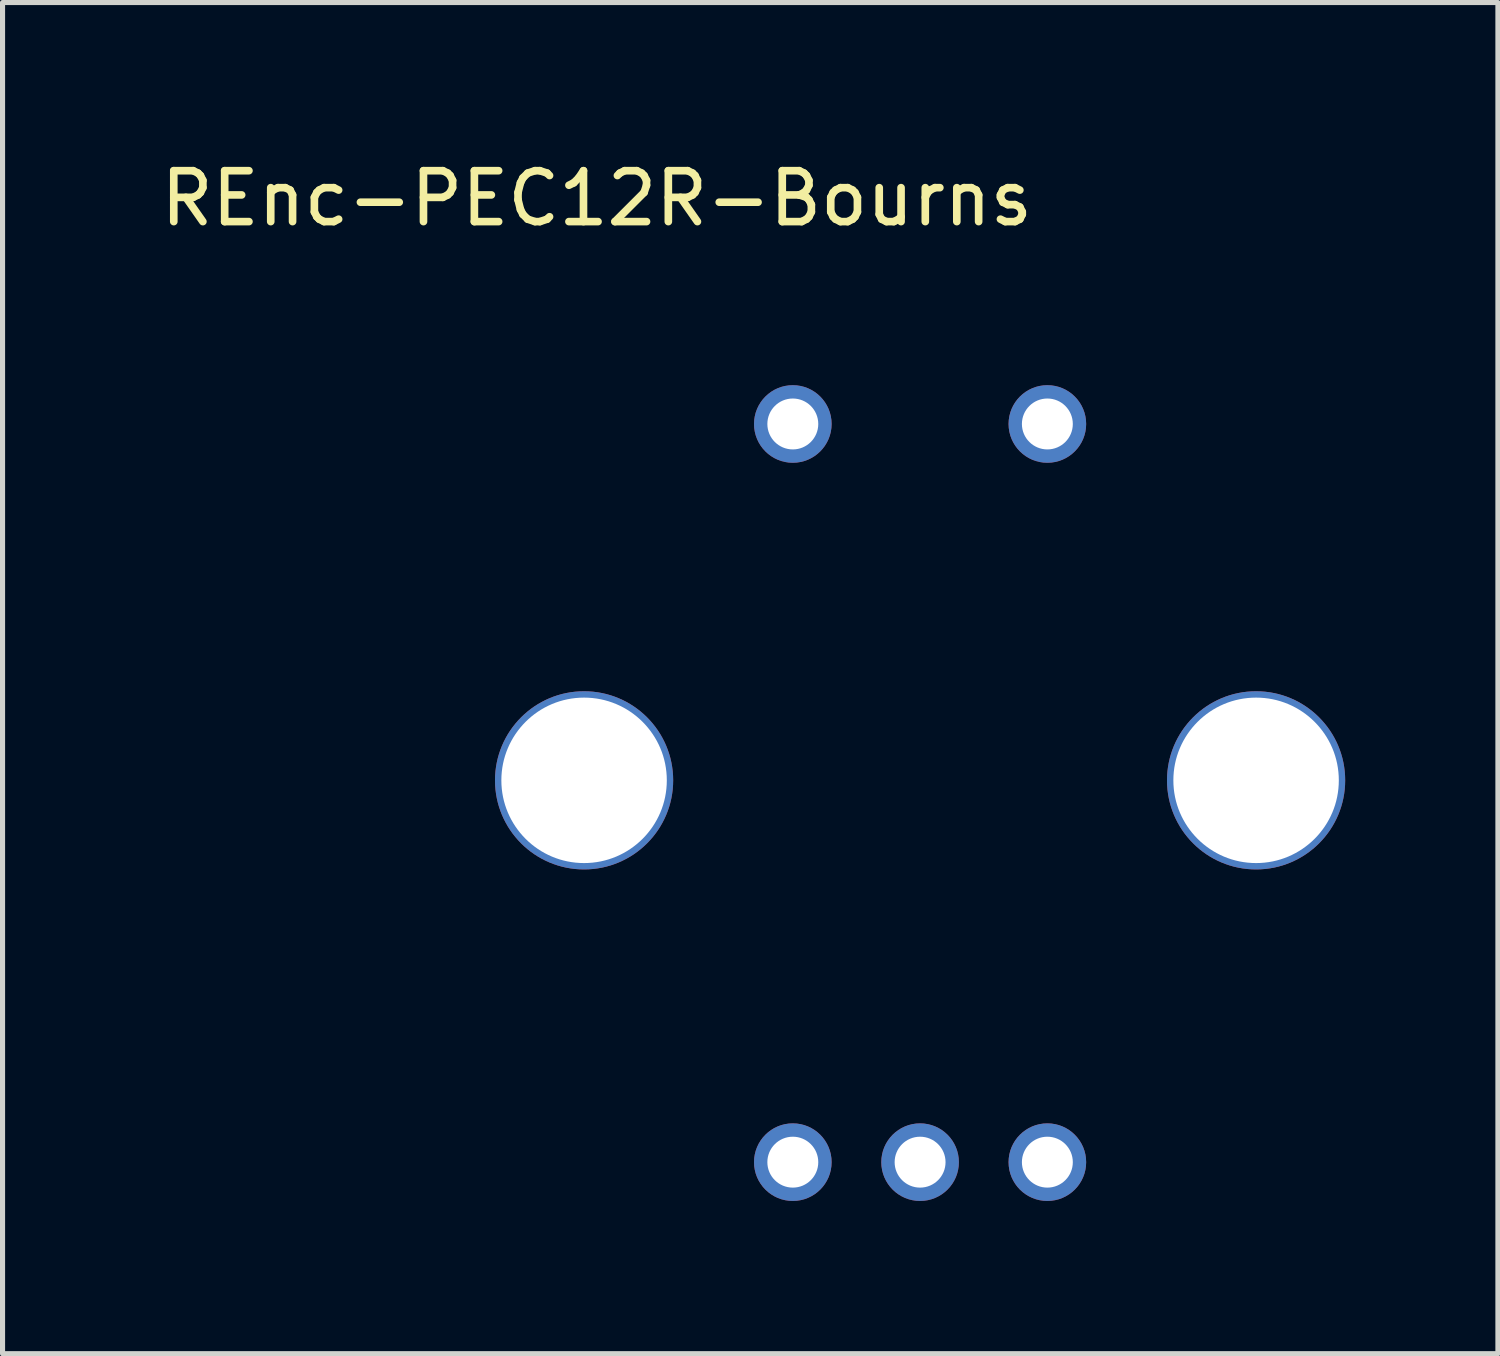
<source format=kicad_pcb>
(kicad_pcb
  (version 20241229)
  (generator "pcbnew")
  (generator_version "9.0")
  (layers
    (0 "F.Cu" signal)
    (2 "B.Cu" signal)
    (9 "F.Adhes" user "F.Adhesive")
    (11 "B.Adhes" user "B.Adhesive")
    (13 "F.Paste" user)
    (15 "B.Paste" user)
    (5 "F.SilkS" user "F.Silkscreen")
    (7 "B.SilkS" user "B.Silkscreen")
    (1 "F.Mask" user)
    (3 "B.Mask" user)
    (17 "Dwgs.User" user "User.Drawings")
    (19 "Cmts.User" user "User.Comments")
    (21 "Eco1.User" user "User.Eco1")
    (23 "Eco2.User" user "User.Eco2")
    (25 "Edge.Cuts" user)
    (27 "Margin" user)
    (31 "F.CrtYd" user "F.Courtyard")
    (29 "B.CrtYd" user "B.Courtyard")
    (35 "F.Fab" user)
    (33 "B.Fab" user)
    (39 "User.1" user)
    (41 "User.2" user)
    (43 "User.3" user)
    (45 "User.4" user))
  (footprint "REnc-PEC12R-Bourns"
    (layer "F.Cu")
    (at 15.023 12.278)
    (property "Reference" "REnc-PEC12R-Bourns" (at -6.35 -11.43 0) (layer "F.SilkS") (effects (font (size 1 1) (thickness 0.15))))
    (attr through_hole)
    (pad "1" thru_hole circle (at -2.5 -7) (size 1.524 1.524) (drill 1) (layers "*.Cu" "*.Mask"))
    (pad "2" thru_hole circle (at 2.5 -7) (size 1.524 1.524) (drill 1) (layers "*.Cu" "*.Mask"))
    (pad "3" thru_hole circle (at 2.5 7.5) (size 1.524 1.524) (drill 1) (layers "*.Cu" "*.Mask"))
    (pad "4" thru_hole circle (at 0 7.5) (size 1.524 1.524) (drill 1) (layers "*.Cu" "*.Mask"))
    (pad "5" thru_hole circle (at -2.5 7.5) (size 1.524 1.524) (drill 1) (layers "*.Cu" "*.Mask"))
    (pad "6" thru_hole circle (at 6.6 0) (size 3.5 3.5) (drill 3.25) (layers "*.Cu" "*.Mask"))
    (pad "7" thru_hole circle (at -6.6 0) (size 3.5 3.5) (drill 3.25) (layers "*.Cu" "*.Mask")))
  (gr_rect
    (start -3 -3)
    (end 26.373 23.54)
    (stroke (width 0.1) (type default))
    (fill no)
    (layer "Edge.Cuts")))
</source>
